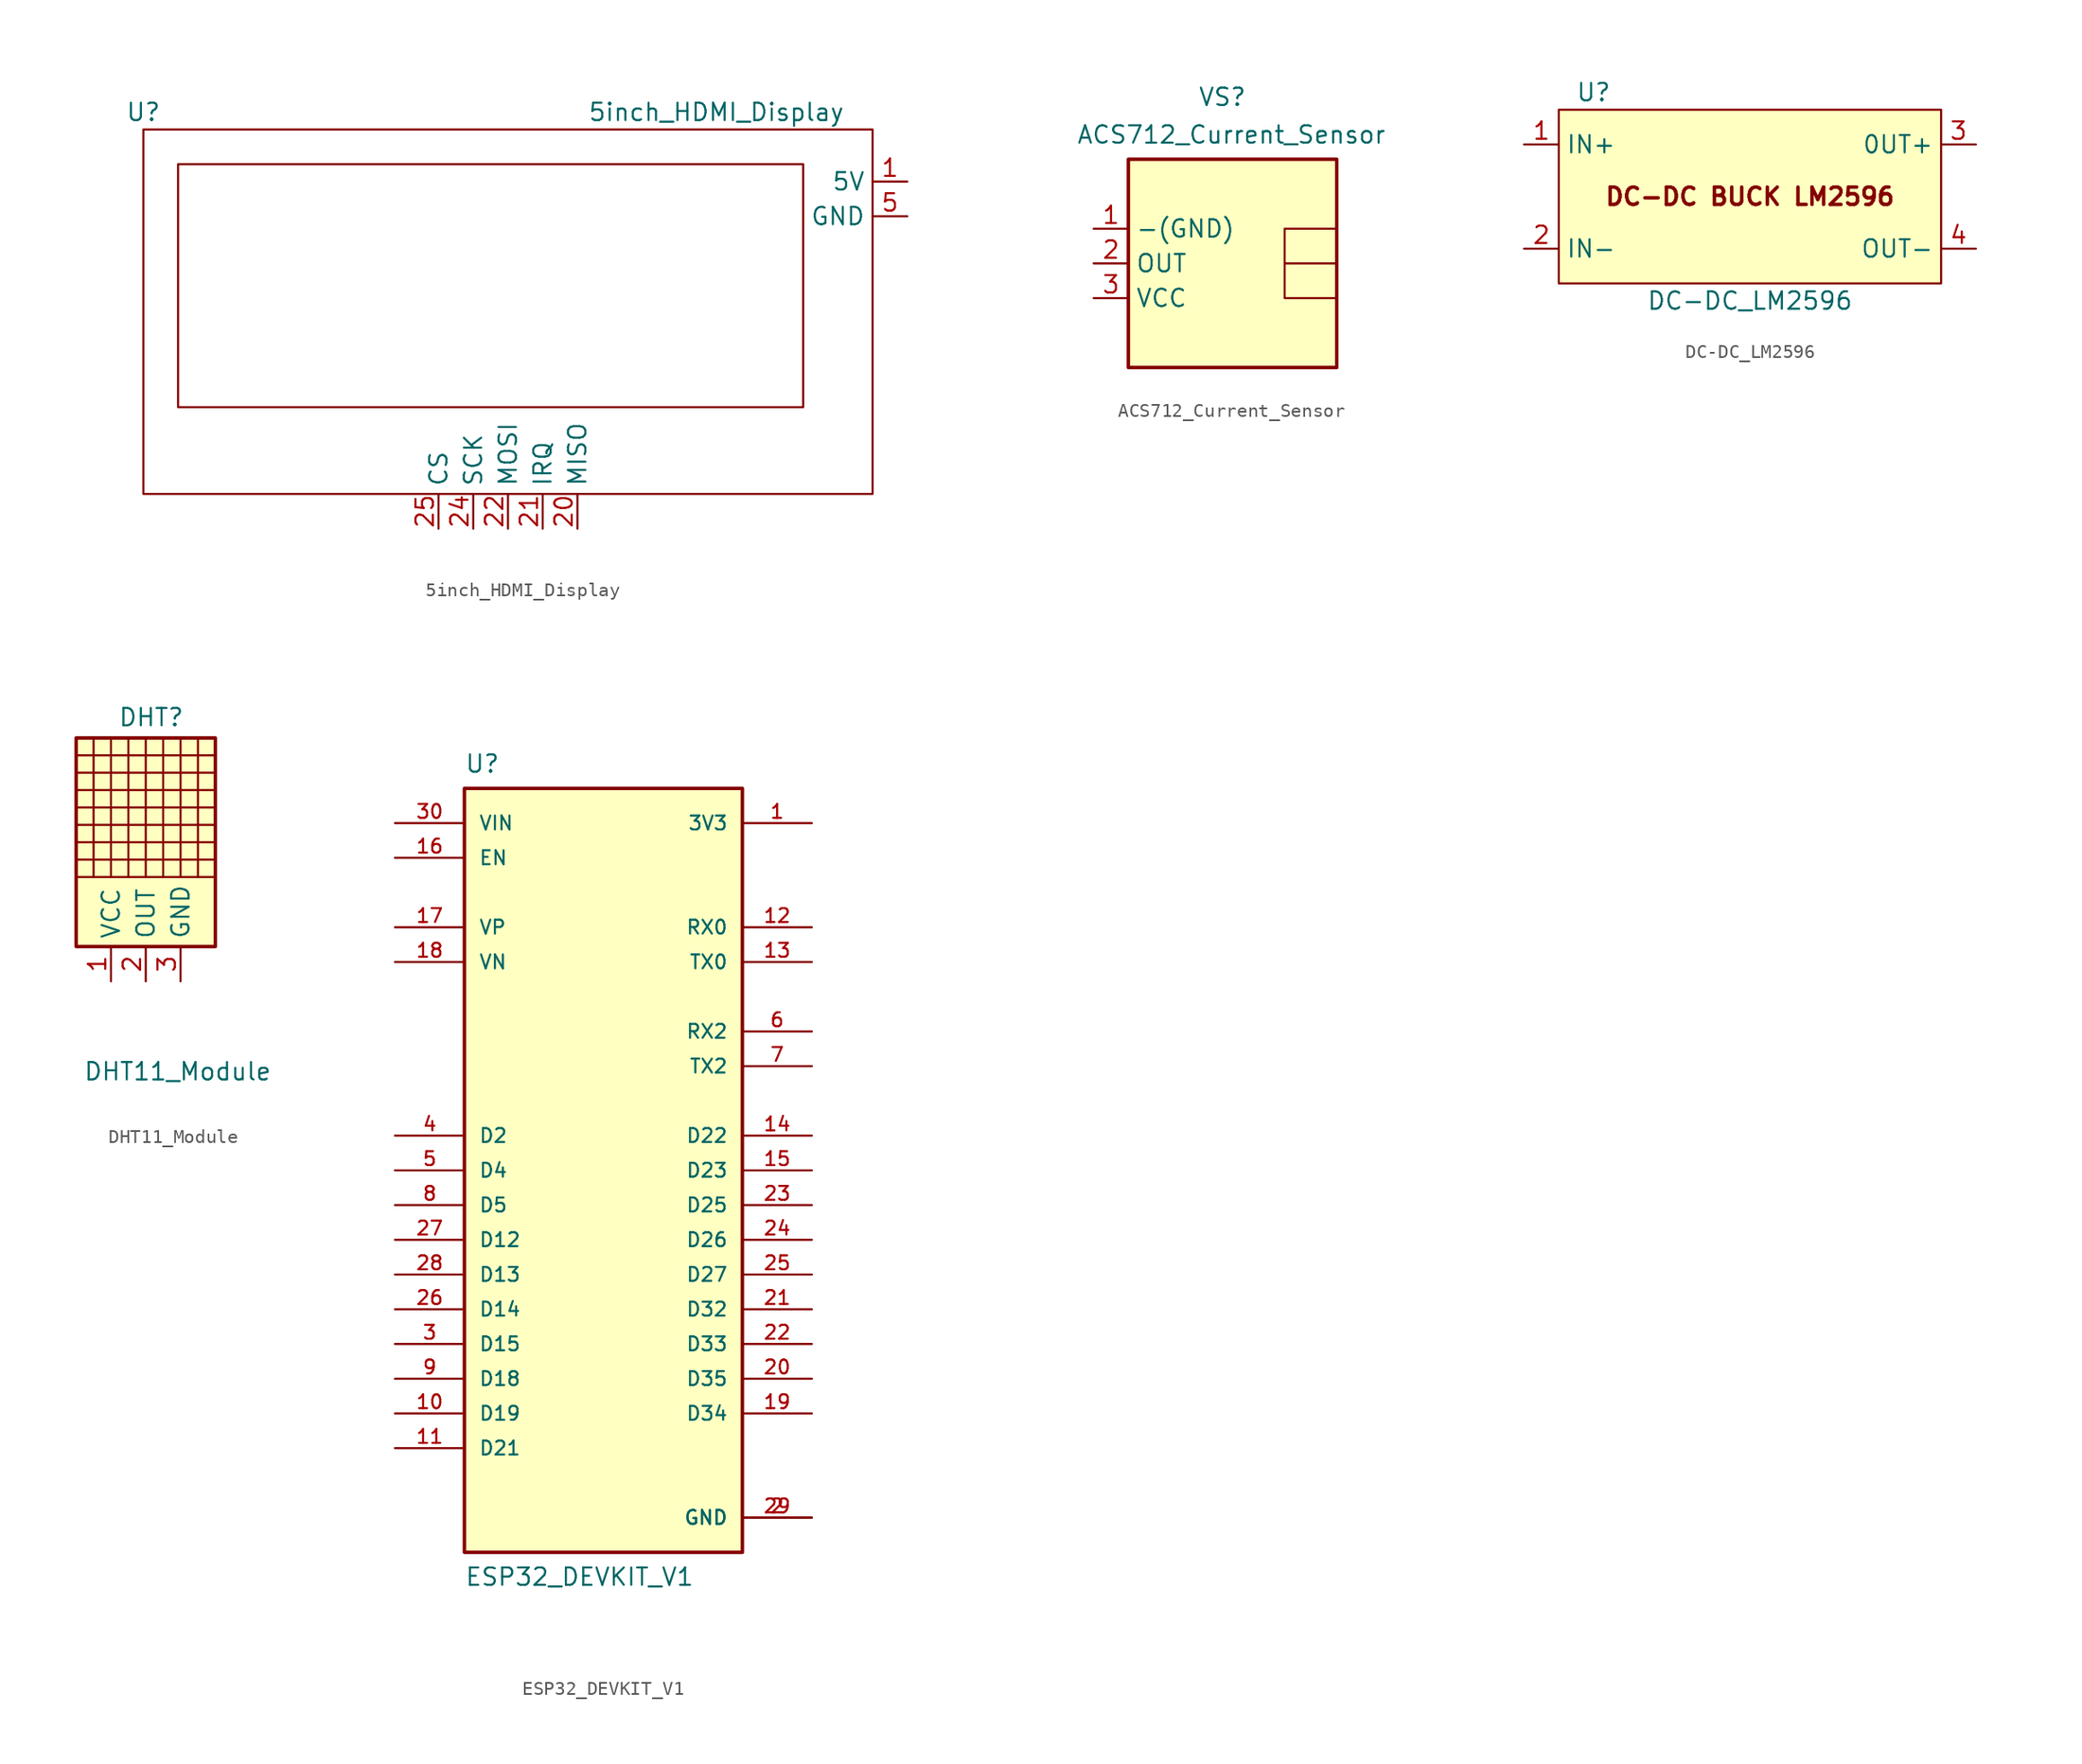
<source format=kicad_sym>
(kicad_symbol_lib
  (version 20231120)
  (generator "kicad_symbol_editor")
  (generator_version "8.0")
  (symbol "5inch_HDMI_Display"
    (property "Reference" "U"
      (at -26.67 15.24 0)
      (effects (font (size 1.27 1.27))))
    (property "Value" "5inch_HDMI_Display"
      (at 15.24 15.24 0)
      (effects (font (size 1.27 1.27))))
    (symbol "5inch_HDMI_Display_0_1"
      (rectangle (start -26.67 13.97) (end 26.67 -12.7) (stroke (width 0) (type default)) (fill (type none)))
      (rectangle (start -24.13 11.43) (end 21.59 -6.35) (stroke (width 0) (type default)) (fill (type none))))
    (symbol "5inch_HDMI_Display_1_1"
      (pin power_in line (at 29.21 10.16 180) (length 2.54) (name "5V" (effects (font (size 1.27 1.27)))) (number "1" (effects (font (size 1.27 1.27)))))
      (pin passive line (at 5.08 -15.24 90) (length 2.54) (name "MISO" (effects (font (size 1.27 1.27)))) (number "20" (effects (font (size 1.27 1.27)))))
      (pin passive line (at 2.54 -15.24 90) (length 2.54) (name "IRQ" (effects (font (size 1.27 1.27)))) (number "21" (effects (font (size 1.27 1.27)))))
      (pin passive line (at 0 -15.24 90) (length 2.54) (name "MOSI" (effects (font (size 1.27 1.27)))) (number "22" (effects (font (size 1.27 1.27)))))
      (pin passive line (at -2.54 -15.24 90) (length 2.54) (name "SCK" (effects (font (size 1.27 1.27)))) (number "24" (effects (font (size 1.27 1.27)))))
      (pin passive line (at -5.08 -15.24 90) (length 2.54) (name "CS" (effects (font (size 1.27 1.27)))) (number "25" (effects (font (size 1.27 1.27)))))
      (pin input line (at 29.21 7.62 180) (length 2.54) (name "GND" (effects (font (size 1.27 1.27)))) (number "5" (effects (font (size 1.27 1.27)))))))
  (symbol "ACS712_Current_Sensor"
    (property "Reference" "VS"
      (at -2.54 11.43 0)
      (effects (font (size 1.27 1.27)) (justify left bottom)))
    (property "Value" "ACS712_Current_Sensor"
      (at -11.43 10.16 0)
      (effects (font (size 1.27 1.27)) (justify left top)))
    (symbol "ACS712_Current_Sensor_0_1"
      (polyline (pts (xy 7.62 0) (xy 3.81 0)) (stroke (width 0) (type default)) (fill (type none)))
      (rectangle (start 7.62 2.54) (end 3.81 -2.54) (stroke (width 0) (type default)) (fill (type none))))
    (symbol "ACS712_Current_Sensor_1_1"
      (rectangle (start -7.62 7.62) (end 7.62 -7.62) (stroke (width 0.254) (type default)) (fill (type background)))
      (pin input line (at -10.16 2.54 0) (length 2.54) (name "-(GND)" (effects (font (size 1.27 1.27)))) (number "1" (effects (font (size 1.27 1.27)))))
      (pin input line (at -10.16 0 0) (length 2.54) (name "OUT" (effects (font (size 1.27 1.27)))) (number "2" (effects (font (size 1.27 1.27)))))
      (pin input line (at -10.16 -2.54 0) (length 2.54) (name "VCC" (effects (font (size 1.27 1.27)))) (number "3" (effects (font (size 1.27 1.27)))))))
  (symbol "DC-DC_LM2596"
    (property "Reference" "U"
      (at -11.43 7.62 0)
      (effects (font (size 1.27 1.27))))
    (property "Value" "DC-DC_LM2596"
      (at 0 -7.62 0)
      (effects (font (size 1.27 1.27))))
    (symbol "DC-DC_LM2596_0_0"
      (text "DC-DC BUCK LM2596" (at 0 0 0) (effects (font (size 1.27 1.27) (bold yes)))))
    (symbol "DC-DC_LM2596_1_1"
      (rectangle (start -13.97 6.35) (end 13.97 -6.35) (stroke (width 0) (type default)) (fill (type background)))
      (pin passive line (at -16.51 3.81 0) (length 2.54) (name "IN+" (effects (font (size 1.27 1.27)))) (number "1" (effects (font (size 1.27 1.27)))))
      (pin passive line (at -16.51 -3.81 0) (length 2.54) (name "IN-" (effects (font (size 1.27 1.27)))) (number "2" (effects (font (size 1.27 1.27)))))
      (pin passive line (at 16.51 3.81 180) (length 2.54) (name "0UT+" (effects (font (size 1.27 1.27)))) (number "3" (effects (font (size 1.27 1.27)))))
      (pin passive line (at 16.51 -3.81 180) (length 2.54) (name "OUT-" (effects (font (size 1.27 1.27)))) (number "4" (effects (font (size 1.27 1.27)))))))
  (symbol "DHT11_Module"
    (property "Reference" "DHT"
      (at -2.032 8.382 0)
      (effects (font (size 1.27 1.27)) (justify left bottom)))
    (property "Value" "DHT11_Module"
      (at -4.572 -16.002 0)
      (effects (font (size 1.27 1.27)) (justify left top)))
    (symbol "DHT11_Module_0_1"
      (rectangle (start -5.08 7.62) (end 5.08 -2.54) (stroke (width 0) (type default)) (fill (type none)))
      (polyline (pts (xy -5.08 -1.27) (xy 5.08 -1.27)) (stroke (width 0) (type default)) (fill (type none)))
      (polyline (pts (xy -5.08 0) (xy 5.08 0)) (stroke (width 0) (type default)) (fill (type none)))
      (polyline (pts (xy -5.08 1.27) (xy 5.08 1.27)) (stroke (width 0) (type default)) (fill (type none)))
      (polyline (pts (xy -5.08 2.54) (xy 5.08 2.54)) (stroke (width 0) (type default)) (fill (type none)))
      (polyline (pts (xy -5.08 3.81) (xy 5.08 3.81)) (stroke (width 0) (type default)) (fill (type none)))
      (polyline (pts (xy -5.08 5.08) (xy 5.08 5.08)) (stroke (width 0) (type default)) (fill (type none)))
      (polyline (pts (xy -5.08 6.35) (xy 5.08 6.35)) (stroke (width 0) (type default)) (fill (type none)))
      (polyline (pts (xy -3.81 7.62) (xy -3.81 -2.54)) (stroke (width 0) (type default)) (fill (type none)))
      (polyline (pts (xy -2.54 7.62) (xy -2.54 -2.54)) (stroke (width 0) (type default)) (fill (type none)))
      (polyline (pts (xy -1.27 7.62) (xy -1.27 -2.54)) (stroke (width 0) (type default)) (fill (type none)))
      (polyline (pts (xy 0 7.62) (xy 0 -2.54)) (stroke (width 0) (type default)) (fill (type none)))
      (polyline (pts (xy 1.27 7.62) (xy 1.27 -2.54)) (stroke (width 0) (type default)) (fill (type none)))
      (polyline (pts (xy 2.54 7.62) (xy 2.54 -2.54)) (stroke (width 0) (type default)) (fill (type none)))
      (polyline (pts (xy 3.81 7.62) (xy 3.81 -2.54)) (stroke (width 0) (type default)) (fill (type none))))
    (symbol "DHT11_Module_1_1"
      (rectangle (start -5.08 7.62) (end 5.08 -7.62) (stroke (width 0.254) (type default)) (fill (type background)))
      (pin passive line (at -2.54 -10.16 90) (length 2.54) (name "VCC" (effects (font (size 1.27 1.27)))) (number "1" (effects (font (size 1.27 1.27)))))
      (pin passive line (at 0 -10.16 90) (length 2.54) (name "OUT" (effects (font (size 1.27 1.27)))) (number "2" (effects (font (size 1.27 1.27)))))
      (pin passive line (at 2.54 -10.16 90) (length 2.54) (name "GND" (effects (font (size 1.27 1.27)))) (number "3" (effects (font (size 1.27 1.27)))))))
  (symbol "ESP32_DEVKIT_V1"
    (pin_names
      (offset 1.016))
    (property "Reference" "U"
      (at -10.16 30.48 0)
      (effects (font (size 1.27 1.27)) (justify left top)))
    (property "Value" "ESP32_DEVKIT_V1"
      (at -10.16 -30.48 0)
      (effects (font (size 1.27 1.27)) (justify left bottom)))
    (symbol "ESP32_DEVKIT_V1_0_0"
      (rectangle (start -10.16 27.94) (end 10.16 -27.94) (stroke (width 0.254) (type default)) (fill (type background)))
      (pin output line (at 15.24 25.4 180) (length 5.08) (name "3V3" (effects (font (size 1.016 1.016)))) (number "1" (effects (font (size 1.016 1.016)))))
      (pin bidirectional line (at -15.24 -17.78 0) (length 5.08) (name "D19" (effects (font (size 1.016 1.016)))) (number "10" (effects (font (size 1.016 1.016)))))
      (pin bidirectional line (at -15.24 -20.32 0) (length 5.08) (name "D21" (effects (font (size 1.016 1.016)))) (number "11" (effects (font (size 1.016 1.016)))))
      (pin input line (at 15.24 17.78 180) (length 5.08) (name "RX0" (effects (font (size 1.016 1.016)))) (number "12" (effects (font (size 1.016 1.016)))))
      (pin output line (at 15.24 15.24 180) (length 5.08) (name "TX0" (effects (font (size 1.016 1.016)))) (number "13" (effects (font (size 1.016 1.016)))))
      (pin bidirectional line (at 15.24 2.54 180) (length 5.08) (name "D22" (effects (font (size 1.016 1.016)))) (number "14" (effects (font (size 1.016 1.016)))))
      (pin bidirectional line (at 15.24 0 180) (length 5.08) (name "D23" (effects (font (size 1.016 1.016)))) (number "15" (effects (font (size 1.016 1.016)))))
      (pin input line (at -15.24 22.86 0) (length 5.08) (name "EN" (effects (font (size 1.016 1.016)))) (number "16" (effects (font (size 1.016 1.016)))))
      (pin bidirectional line (at -15.24 17.78 0) (length 5.08) (name "VP" (effects (font (size 1.016 1.016)))) (number "17" (effects (font (size 1.016 1.016)))))
      (pin bidirectional line (at -15.24 15.24 0) (length 5.08) (name "VN" (effects (font (size 1.016 1.016)))) (number "18" (effects (font (size 1.016 1.016)))))
      (pin bidirectional line (at 15.24 -17.78 180) (length 5.08) (name "D34" (effects (font (size 1.016 1.016)))) (number "19" (effects (font (size 1.016 1.016)))))
      (pin power_in line (at 15.24 -25.4 180) (length 5.08) (name "GND" (effects (font (size 1.016 1.016)))) (number "2" (effects (font (size 1.016 1.016)))))
      (pin bidirectional line (at 15.24 -15.24 180) (length 5.08) (name "D35" (effects (font (size 1.016 1.016)))) (number "20" (effects (font (size 1.016 1.016)))))
      (pin bidirectional line (at 15.24 -10.16 180) (length 5.08) (name "D32" (effects (font (size 1.016 1.016)))) (number "21" (effects (font (size 1.016 1.016)))))
      (pin bidirectional line (at 15.24 -12.7 180) (length 5.08) (name "D33" (effects (font (size 1.016 1.016)))) (number "22" (effects (font (size 1.016 1.016)))))
      (pin bidirectional line (at 15.24 -2.54 180) (length 5.08) (name "D25" (effects (font (size 1.016 1.016)))) (number "23" (effects (font (size 1.016 1.016)))))
      (pin bidirectional line (at 15.24 -5.08 180) (length 5.08) (name "D26" (effects (font (size 1.016 1.016)))) (number "24" (effects (font (size 1.016 1.016)))))
      (pin bidirectional line (at 15.24 -7.62 180) (length 5.08) (name "D27" (effects (font (size 1.016 1.016)))) (number "25" (effects (font (size 1.016 1.016)))))
      (pin bidirectional line (at -15.24 -10.16 0) (length 5.08) (name "D14" (effects (font (size 1.016 1.016)))) (number "26" (effects (font (size 1.016 1.016)))))
      (pin bidirectional line (at -15.24 -5.08 0) (length 5.08) (name "D12" (effects (font (size 1.016 1.016)))) (number "27" (effects (font (size 1.016 1.016)))))
      (pin bidirectional line (at -15.24 -7.62 0) (length 5.08) (name "D13" (effects (font (size 1.016 1.016)))) (number "28" (effects (font (size 1.016 1.016)))))
      (pin power_in line (at 15.24 -25.4 180) (length 5.08) (name "GND" (effects (font (size 1.016 1.016)))) (number "29" (effects (font (size 1.016 1.016)))))
      (pin bidirectional line (at -15.24 -12.7 0) (length 5.08) (name "D15" (effects (font (size 1.016 1.016)))) (number "3" (effects (font (size 1.016 1.016)))))
      (pin input line (at -15.24 25.4 0) (length 5.08) (name "VIN" (effects (font (size 1.016 1.016)))) (number "30" (effects (font (size 1.016 1.016)))))
      (pin bidirectional line (at -15.24 2.54 0) (length 5.08) (name "D2" (effects (font (size 1.016 1.016)))) (number "4" (effects (font (size 1.016 1.016)))))
      (pin bidirectional line (at -15.24 0 0) (length 5.08) (name "D4" (effects (font (size 1.016 1.016)))) (number "5" (effects (font (size 1.016 1.016)))))
      (pin input line (at 15.24 10.16 180) (length 5.08) (name "RX2" (effects (font (size 1.016 1.016)))) (number "6" (effects (font (size 1.016 1.016)))))
      (pin output line (at 15.24 7.62 180) (length 5.08) (name "TX2" (effects (font (size 1.016 1.016)))) (number "7" (effects (font (size 1.016 1.016)))))
      (pin bidirectional line (at -15.24 -2.54 0) (length 5.08) (name "D5" (effects (font (size 1.016 1.016)))) (number "8" (effects (font (size 1.016 1.016)))))
      (pin bidirectional line (at -15.24 -15.24 0) (length 5.08) (name "D18" (effects (font (size 1.016 1.016)))) (number "9" (effects (font (size 1.016 1.016))))))))
</source>
